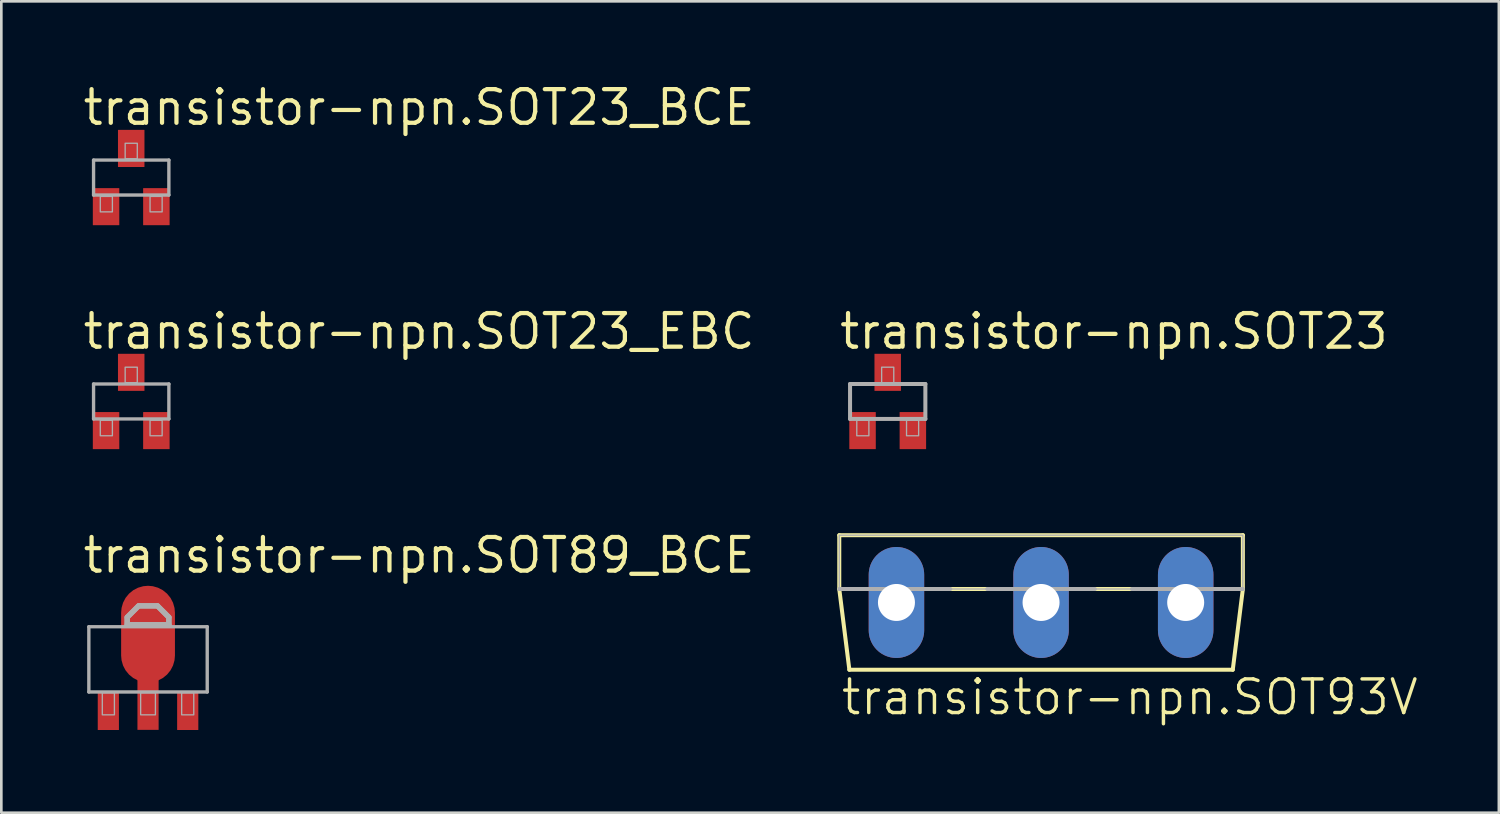
<source format=kicad_pcb>
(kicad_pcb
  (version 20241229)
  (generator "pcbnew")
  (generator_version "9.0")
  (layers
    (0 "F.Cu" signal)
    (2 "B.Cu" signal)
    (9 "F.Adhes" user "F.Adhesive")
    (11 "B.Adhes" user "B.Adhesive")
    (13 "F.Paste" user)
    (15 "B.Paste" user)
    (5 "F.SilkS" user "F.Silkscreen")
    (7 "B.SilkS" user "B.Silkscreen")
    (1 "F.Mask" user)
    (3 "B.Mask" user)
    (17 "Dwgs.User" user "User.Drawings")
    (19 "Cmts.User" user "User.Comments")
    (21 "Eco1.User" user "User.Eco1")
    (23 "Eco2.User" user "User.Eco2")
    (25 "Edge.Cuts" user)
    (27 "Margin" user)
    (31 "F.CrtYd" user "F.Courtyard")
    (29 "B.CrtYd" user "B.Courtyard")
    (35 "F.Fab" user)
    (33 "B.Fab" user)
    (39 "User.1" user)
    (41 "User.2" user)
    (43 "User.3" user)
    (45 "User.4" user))
  (footprint "transistor-npn.SOT93V"
    (layer "F.Cu")
    (at 36.262 17.16)
    (property "Reference" "transistor-npn.SOT93V" (at -7.62 6.858 0) (layer "F.SilkS") (effects (font (size 1.27 1.27) (thickness 0.13)) (justify left bottom)))
    (attr through_hole)
    (fp_line (start -7.62 0) (end -7.62 2.032) (stroke (width 0.152) (type default)) (layer "F.SilkS"))
    (fp_line (start -7.62 0) (end 7.62 0) (stroke (width 0.152) (type default)) (layer "F.SilkS"))
    (fp_line (start -7.62 2.032) (end -7.239 5.08) (stroke (width 0.152) (type default)) (layer "F.SilkS"))
    (fp_line (start -7.239 5.08) (end 7.239 5.08) (stroke (width 0.152) (type default)) (layer "F.SilkS"))
    (fp_line (start -2.032 2.032) (end -3.429 2.032) (stroke (width 0.152) (type default)) (layer "F.SilkS"))
    (fp_line (start 3.429 2.032) (end 2.032 2.032) (stroke (width 0.152) (type default)) (layer "F.SilkS"))
    (fp_line (start 7.62 0) (end 7.62 2.032) (stroke (width 0.152) (type default)) (layer "F.SilkS"))
    (fp_line (start 7.62 2.032) (end 7.239 5.08) (stroke (width 0.152) (type default)) (layer "F.SilkS"))
    (fp_line (start -3.429 2.032) (end -7.62 2.032) (stroke (width 0.152) (type default)) (layer "F.Fab"))
    (fp_line (start 2.032 2.032) (end -2.032 2.032) (stroke (width 0.152) (type default)) (layer "F.Fab"))
    (fp_line (start 7.62 2.032) (end 3.429 2.032) (stroke (width 0.152) (type default)) (layer "F.Fab"))
    (fp_rect (start -7.62 2.032) (end 7.62 0) (stroke (width 0.05) (type default)) (fill no) (layer "F.Fab"))
    (pad "B" thru_hole oval (at -5.461 2.54 90) (size 4.191 2.095) (drill 1.397) (layers "*.Cu" "*.Mask"))
    (pad "C" thru_hole oval (at 0 2.54 90) (size 4.191 2.095) (drill 1.397) (layers "*.Cu" "*.Mask"))
    (pad "E" thru_hole oval (at 5.461 2.54 90) (size 4.191 2.095) (drill 1.397) (layers "*.Cu" "*.Mask")))
  (footprint "transistor-npn.SOT23_BCE"
    (layer "F.Cu")
    (at 1.905 3.655)
    (property "Reference" "transistor-npn.SOT23_BCE" (at -1.905 -1.905 0) (layer "F.SilkS") (effects (font (size 1.27 1.27) (thickness 0.16)) (justify left bottom)))
    (attr smd)
    (fp_line (start -1.422 -0.66) (end 1.422 -0.66) (stroke (width 0.127) (type default)) (layer "F.Fab"))
    (fp_line (start -1.422 0.66) (end -1.422 -0.66) (stroke (width 0.127) (type default)) (layer "F.Fab"))
    (fp_line (start 1.422 -0.66) (end 1.422 0.66) (stroke (width 0.127) (type default)) (layer "F.Fab"))
    (fp_line (start 1.422 0.66) (end -1.422 0.66) (stroke (width 0.127) (type default)) (layer "F.Fab"))
    (fp_rect (start -1.168 1.295) (end -0.711 0.711) (stroke (width 0.05) (type default)) (fill no) (layer "F.Fab"))
    (fp_rect (start -0.229 -0.711) (end 0.229 -1.295) (stroke (width 0.05) (type default)) (fill no) (layer "F.Fab"))
    (fp_rect (start 0.711 1.295) (end 1.168 0.711) (stroke (width 0.05) (type default)) (fill no) (layer "F.Fab"))
    (pad "B" smd roundrect (at -0.95 1.1) (size 1 1.4) (layers "F.Cu" "F.Mask" "F.Paste") (roundrect_rratio 0.01))
    (pad "C" smd roundrect (at 0.95 1.1) (size 1 1.4) (layers "F.Cu" "F.Mask" "F.Paste") (roundrect_rratio 0.01))
    (pad "E" smd roundrect (at 0 -1.1) (size 1 1.4) (layers "F.Cu" "F.Mask" "F.Paste") (roundrect_rratio 0.01)))
  (footprint "transistor-npn.SOT89_BCE"
    (layer "F.Cu")
    (at 2.54 21.835)
    (property "Reference" "transistor-npn.SOT89_BCE" (at -2.54 -3.175 0) (layer "F.SilkS") (effects (font (size 1.27 1.27) (thickness 0.16)) (justify left bottom)))
    (attr smd)
    (fp_rect (start -0.5 2.78) (end 0.5 1.18) (stroke (width 0.05) (type default)) (fill yes) (layer "F.Mask"))
    (fp_rect (start -0.4 2.68) (end 0.4 1.28) (stroke (width 0.05) (type default)) (fill yes) (layer "F.Paste"))
    (fp_line (start -2.235 -1.219) (end 2.235 -1.219) (stroke (width 0.127) (type default)) (layer "F.Fab"))
    (fp_line (start -2.235 1.245) (end -2.235 -1.219) (stroke (width 0.127) (type default)) (layer "F.Fab"))
    (fp_line (start -0.787 -1.575) (end -0.356 -2.007) (stroke (width 0.2) (type default)) (layer "F.Fab"))
    (fp_line (start -0.787 -1.295) (end -0.787 -1.575) (stroke (width 0.2) (type default)) (layer "F.Fab"))
    (fp_line (start -0.356 -2.007) (end 0.356 -2.007) (stroke (width 0.2) (type default)) (layer "F.Fab"))
    (fp_line (start 0.356 -2.007) (end 0.787 -1.575) (stroke (width 0.2) (type default)) (layer "F.Fab"))
    (fp_line (start 0.787 -1.575) (end 0.787 -1.295) (stroke (width 0.2) (type default)) (layer "F.Fab"))
    (fp_line (start 0.787 -1.295) (end -0.787 -1.295) (stroke (width 0.2) (type default)) (layer "F.Fab"))
    (fp_line (start 2.235 -1.219) (end 2.235 1.245) (stroke (width 0.127) (type default)) (layer "F.Fab"))
    (fp_line (start 2.235 1.245) (end -2.235 1.245) (stroke (width 0.127) (type default)) (layer "F.Fab"))
    (fp_rect (start -1.727 2.108) (end -1.27 1.27) (stroke (width 0.05) (type default)) (fill no) (layer "F.Fab"))
    (fp_rect (start -0.279 2.108) (end 0.279 1.27) (stroke (width 0.05) (type default)) (fill no) (layer "F.Fab"))
    (fp_rect (start 1.27 2.108) (end 1.727 1.27) (stroke (width 0.05) (type default)) (fill no) (layer "F.Fab"))
    (fp_poly (pts (xy -0.787 -1.321) (xy -0.787 -1.575) (xy -0.356 -2.007) (xy 0.305 -2.007) (xy 0.356 -2.007) (xy 0.787 -1.575) (xy 0.787 -1.295) (xy -0.787 -1.295)) (stroke (width 0.2) (type default)) (fill no) (layer "F.Fab"))
    (pad "B" smd roundrect (at -1.499 1.981) (size 0.8 1.4) (layers "F.Cu" "F.Mask" "F.Paste") (roundrect_rratio 0.01))
    (pad "C" smd roundrect (at 0 1.727) (size 0.8 1.9) (layers "F.Cu" "F.Mask" "F.Paste") (roundrect_rratio 0.01))
    (pad "C@1" smd roundrect (at 0 -0.94) (size 2.032 3.65) (layers "F.Cu" "F.Mask" "F.Paste") (roundrect_rratio 0.5))
    (pad "E" smd roundrect (at 1.499 1.981) (size 0.8 1.4) (layers "F.Cu" "F.Mask" "F.Paste") (roundrect_rratio 0.01)))
  (footprint "transistor-npn.SOT23_EBC"
    (layer "F.Cu")
    (at 1.905 12.11)
    (property "Reference" "transistor-npn.SOT23_EBC" (at -1.905 -1.905 0) (layer "F.SilkS") (effects (font (size 1.27 1.27) (thickness 0.16)) (justify left bottom)))
    (attr smd)
    (fp_line (start -1.422 -0.66) (end 1.422 -0.66) (stroke (width 0.127) (type default)) (layer "F.Fab"))
    (fp_line (start -1.422 0.66) (end -1.422 -0.66) (stroke (width 0.127) (type default)) (layer "F.Fab"))
    (fp_line (start 1.422 -0.66) (end 1.422 0.66) (stroke (width 0.127) (type default)) (layer "F.Fab"))
    (fp_line (start 1.422 0.66) (end -1.422 0.66) (stroke (width 0.127) (type default)) (layer "F.Fab"))
    (fp_rect (start -1.168 1.295) (end -0.711 0.711) (stroke (width 0.05) (type default)) (fill no) (layer "F.Fab"))
    (fp_rect (start -0.229 -0.711) (end 0.229 -1.295) (stroke (width 0.05) (type default)) (fill no) (layer "F.Fab"))
    (fp_rect (start 0.711 1.295) (end 1.168 0.711) (stroke (width 0.05) (type default)) (fill no) (layer "F.Fab"))
    (pad "B" smd roundrect (at 0.95 1.1) (size 1 1.4) (layers "F.Cu" "F.Mask" "F.Paste") (roundrect_rratio 0.01))
    (pad "C" smd roundrect (at 0 -1.1) (size 1 1.4) (layers "F.Cu" "F.Mask" "F.Paste") (roundrect_rratio 0.01))
    (pad "E" smd roundrect (at -0.95 1.1) (size 1 1.4) (layers "F.Cu" "F.Mask" "F.Paste") (roundrect_rratio 0.01)))
  (footprint "transistor-npn.SOT23"
    (layer "F.Cu")
    (at 30.471 12.11)
    (property "Reference" "transistor-npn.SOT23" (at -1.905 -1.905 0) (layer "F.SilkS") (effects (font (size 1.27 1.27) (thickness 0.16)) (justify left bottom)))
    (attr smd)
    (fp_line (start -1.422 -0.66) (end 1.422 -0.66) (stroke (width 0.152) (type default)) (layer "F.Fab"))
    (fp_line (start -1.422 0.66) (end -1.422 -0.66) (stroke (width 0.152) (type default)) (layer "F.Fab"))
    (fp_line (start 1.422 -0.66) (end 1.422 0.66) (stroke (width 0.152) (type default)) (layer "F.Fab"))
    (fp_line (start 1.422 0.66) (end -1.422 0.66) (stroke (width 0.152) (type default)) (layer "F.Fab"))
    (fp_rect (start -1.168 1.295) (end -0.711 0.711) (stroke (width 0.05) (type default)) (fill no) (layer "F.Fab"))
    (fp_rect (start -0.229 -0.711) (end 0.229 -1.295) (stroke (width 0.05) (type default)) (fill no) (layer "F.Fab"))
    (fp_rect (start 0.711 1.295) (end 1.168 0.711) (stroke (width 0.05) (type default)) (fill no) (layer "F.Fab"))
    (pad "1" smd roundrect (at -0.95 1.1) (size 1 1.4) (layers "F.Cu" "F.Mask" "F.Paste") (roundrect_rratio 0.01))
    (pad "2" smd roundrect (at 0.95 1.1) (size 1 1.4) (layers "F.Cu" "F.Mask" "F.Paste") (roundrect_rratio 0.01))
    (pad "3" smd roundrect (at 0 -1.1) (size 1 1.4) (layers "F.Cu" "F.Mask" "F.Paste") (roundrect_rratio 0.01)))
  (gr_rect
    (start -3 -3)
    (end 53.549 27.64)
    (stroke (width 0.1) (type default))
    (fill no)
    (layer "Edge.Cuts")))
</source>
